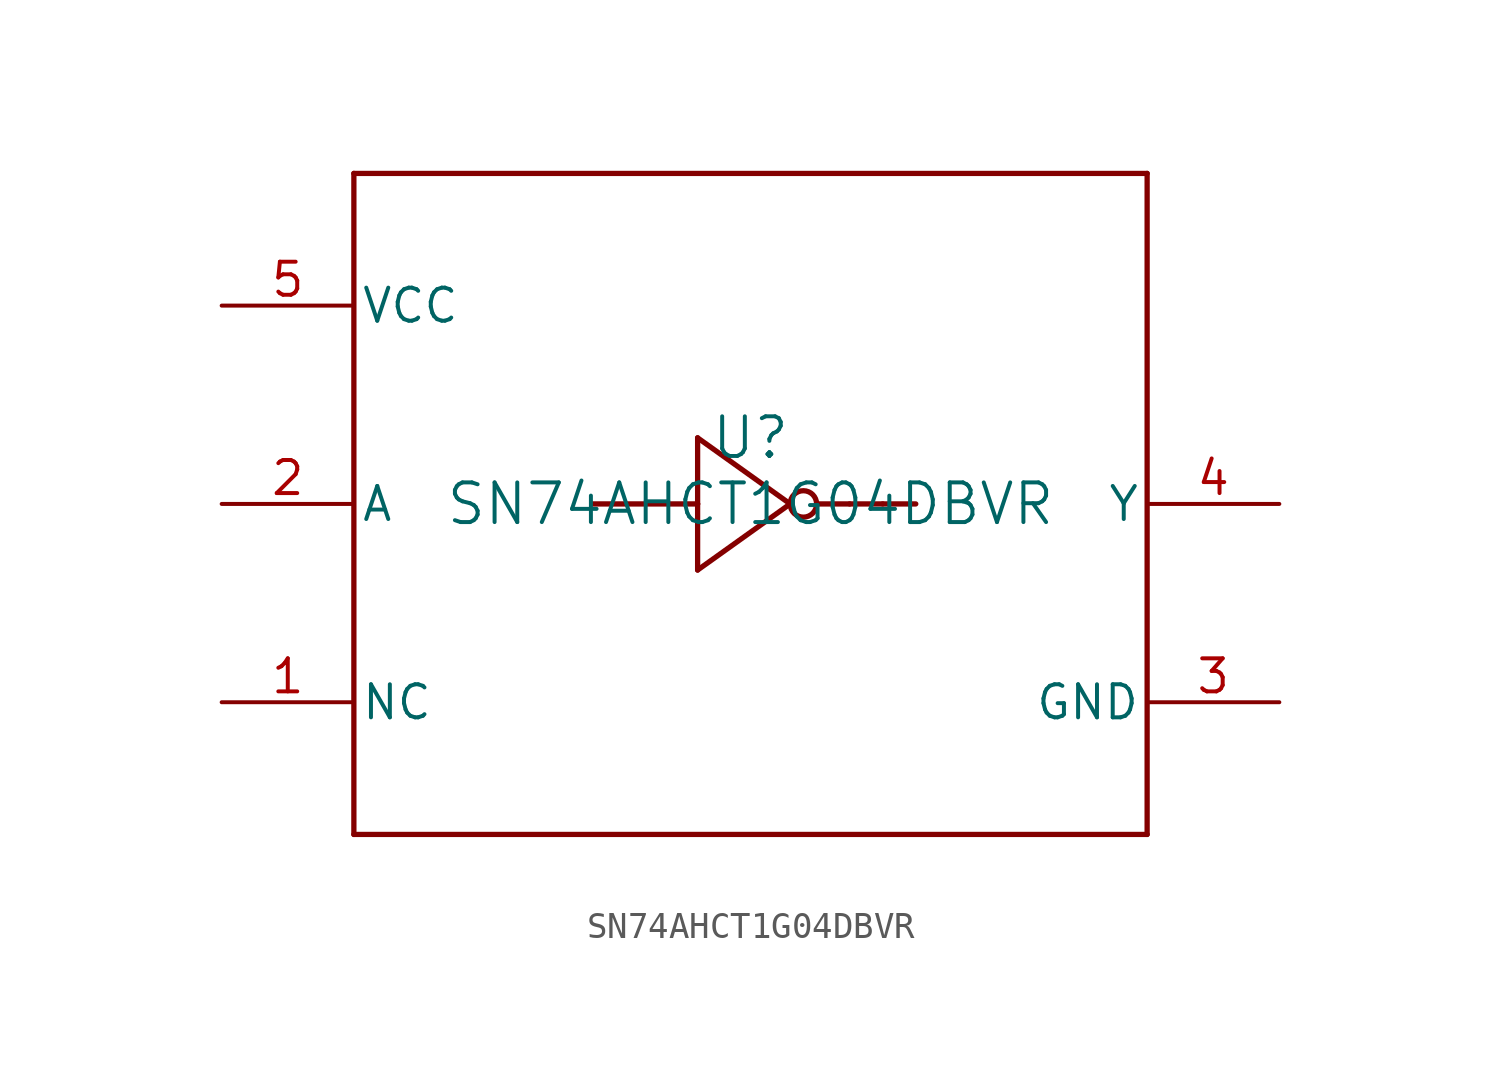
<source format=kicad_sym>
(kicad_symbol_lib
  (version 20211014)
  (generator kicad_symbol_editor)
  (symbol "SN74AHCT1G04DBVR"
    (pin_names
      (offset 0.254))
    (property "Reference" "U"
      (at 0 2.54 0)
      (effects (font (size 1.524 1.524))))
    (property "Value" "SN74AHCT1G04DBVR"
      (at 0 0 0)
      (effects (font (size 1.524 1.524))))
    (symbol "SN74AHCT1G04DBVR_0_1"
      (polyline (pts (xy -15.24 -12.7) (xy 15.24 -12.7)) (stroke (width 0.203) (type default) (color 0 0 0 0)) (fill (type none)))
      (polyline (pts (xy 15.24 -12.7) (xy 15.24 12.7)) (stroke (width 0.203) (type default) (color 0 0 0 0)) (fill (type none)))
      (polyline (pts (xy 15.24 12.7) (xy -15.24 12.7)) (stroke (width 0.203) (type default) (color 0 0 0 0)) (fill (type none)))
      (polyline (pts (xy -15.24 12.7) (xy -15.24 -12.7)) (stroke (width 0.203) (type default) (color 0 0 0 0)) (fill (type none)))
      (polyline (pts (xy -6.096 0) (xy -2.032 0)) (stroke (width 0.203) (type default) (color 0 0 0 0)) (fill (type none)))
      (polyline (pts (xy -2.032 0) (xy -2.032 2.54)) (stroke (width 0.203) (type default) (color 0 0 0 0)) (fill (type none)))
      (polyline (pts (xy -2.032 2.54) (xy 1.524 0)) (stroke (width 0.203) (type default) (color 0 0 0 0)) (fill (type none)))
      (polyline (pts (xy 1.524 0) (xy -2.032 -2.54)) (stroke (width 0.203) (type default) (color 0 0 0 0)) (fill (type none)))
      (polyline (pts (xy -2.032 -2.54) (xy -2.032 0)) (stroke (width 0.203) (type default) (color 0 0 0 0)) (fill (type none)))
      (polyline (pts (xy 3.81 0) (xy 5.08 0)) (stroke (width 0.203) (type default) (color 0 0 0 0)) (fill (type none)))
      (polyline (pts (xy 3.81 0) (xy 2.54 0)) (stroke (width 0.203) (type default) (color 0 0 0 0)) (fill (type none)))
      (polyline (pts (xy 5.08 0) (xy 6.35 0)) (stroke (width 0.203) (type default) (color 0 0 0 0)) (fill (type none)))
      (circle (center 2.032 0) (radius 0.508) (stroke (width 0.203) (type default) (color 0 0 0 0)) (fill (type none)))
      (pin unspecified line (at -20.32 -7.62 0) (length 5.08) (name "NC" (effects (font (size 1.27 1.27)))) (number "1" (effects (font (size 1.27 1.27)))))
      (pin input line (at -20.32 0 0) (length 5.08) (name "A" (effects (font (size 1.27 1.27)))) (number "2" (effects (font (size 1.27 1.27)))))
      (pin power_in line (at 20.32 -7.62 180) (length 5.08) (name "GND" (effects (font (size 1.27 1.27)))) (number "3" (effects (font (size 1.27 1.27)))))
      (pin output line (at 20.32 0 180) (length 5.08) (name "Y" (effects (font (size 1.27 1.27)))) (number "4" (effects (font (size 1.27 1.27)))))
      (pin power_in line (at -20.32 7.62 0) (length 5.08) (name "VCC" (effects (font (size 1.27 1.27)))) (number "5" (effects (font (size 1.27 1.27))))))))
</source>
